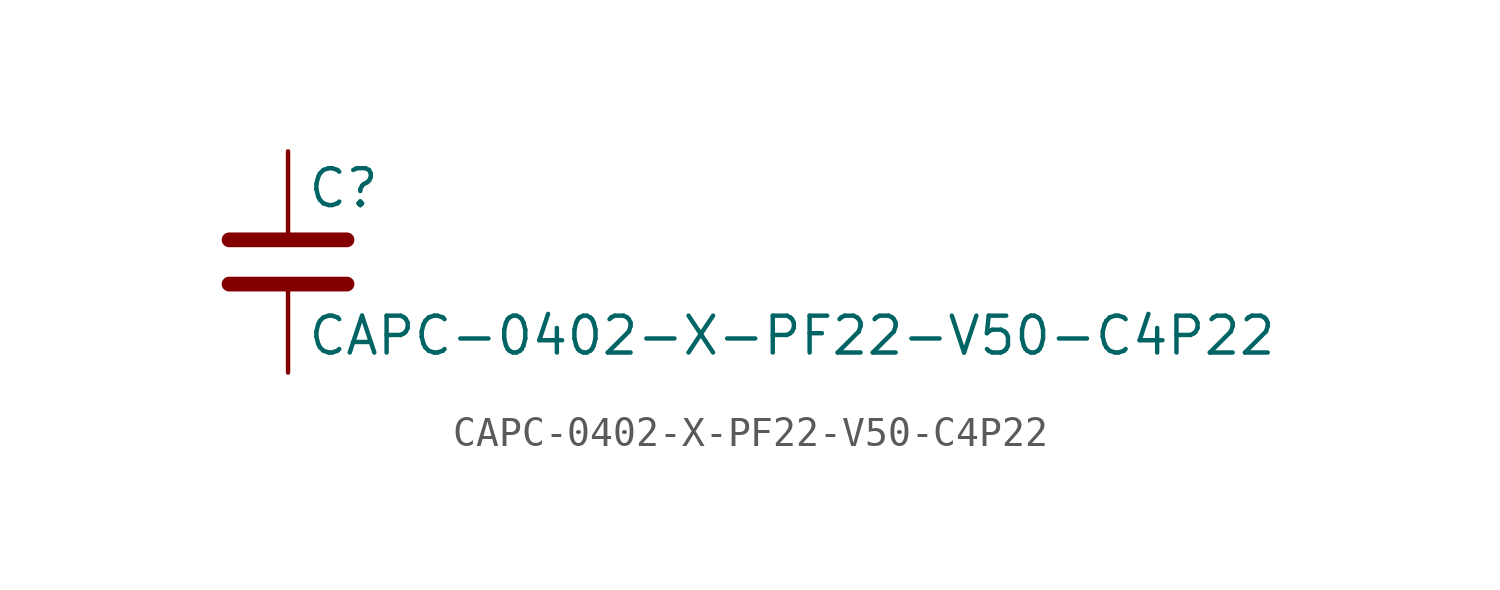
<source format=kicad_sym>
(kicad_symbol_lib
  (version 20211014)
  (generator kicad_symbol_editor)
  (symbol "CAPC-0402-X-PF22-V50-C4P22"
    (pin_numbers hide)
    (pin_names
      (offset 0.254))
    (property "Reference" "C"
      (at 0.635 2.54 0)
      (effects (font (size 1.27 1.27)) (justify left)))
    (property "Value" "CAPC-0402-X-PF22-V50-C4P22"
      (at 0.635 -2.54 0)
      (effects (font (size 1.27 1.27)) (justify left)))
    (symbol "CAPC-0402-X-PF22-V50-C4P22_0_1"
      (polyline (pts (xy -2.032 -0.762) (xy 2.032 -0.762)) (stroke (width 0.508) (type default) (color 0 0 0 0)) (fill (type none)))
      (polyline (pts (xy -2.032 0.762) (xy 2.032 0.762)) (stroke (width 0.508) (type default) (color 0 0 0 0)) (fill (type none))))
    (symbol "CAPC-0402-X-PF22-V50-C4P22_1_1"
      (pin passive line (at 0 3.81 270) (length 2.794) (name "~" (effects (font (size 1.27 1.27)))) (number "1" (effects (font (size 1.27 1.27)))))
      (pin passive line (at 0 -3.81 90) (length 2.794) (name "~" (effects (font (size 1.27 1.27)))) (number "2" (effects (font (size 1.27 1.27))))))))
</source>
